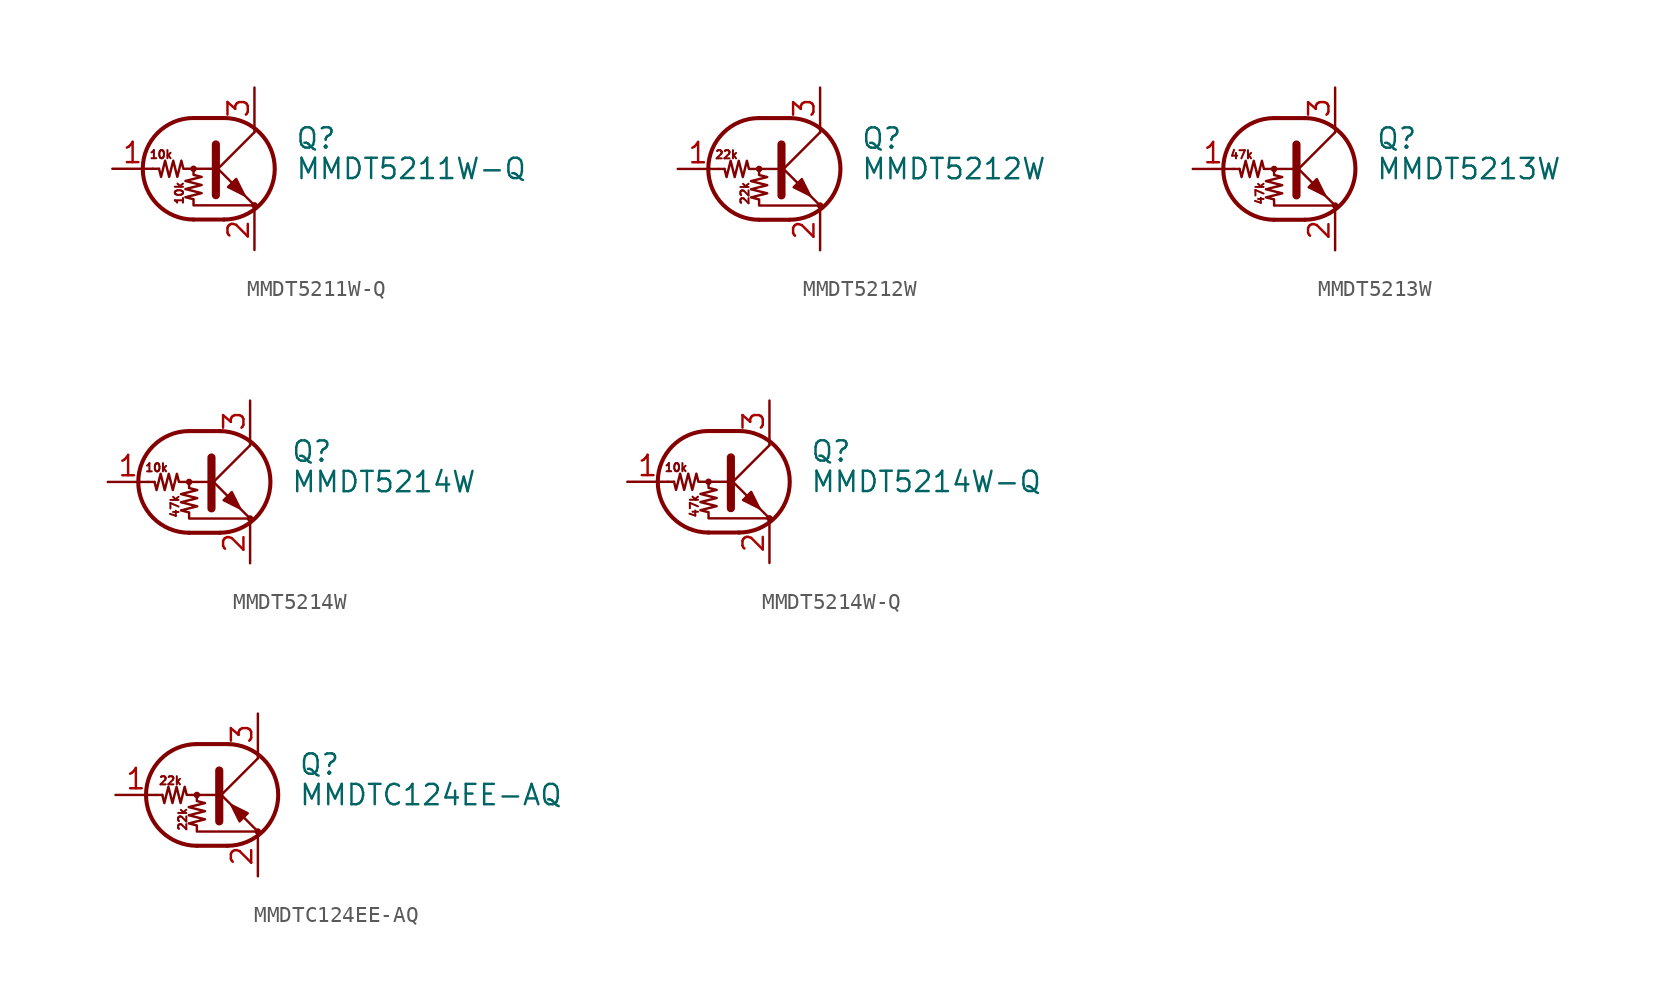
<source format=kicad_sym>
(kicad_symbol_lib
  (version 20241209)
  (generator "kicad_symbol_editor")
  (generator_version "9.0")
  (symbol "MMDT5211W-Q"
    (pin_names
      (offset 0)
      (hide yes))
    (property "Reference" "Q"
      (at 5.08 1.905 0)
      (effects (font (size 1.27 1.27)) (justify left)))
    (property "Value" "MMDT5211W-Q"
      (at 5.08 0 0)
      (effects (font (size 1.27 1.27)) (justify left)))
    (symbol "MMDT5211W-Q_0_0"
      (text "10k" (at -3.302 0.889 0) (effects (font (size 0.508 0.508))))
      (text "10k" (at -2.159 -1.524 900) (effects (font (size 0.508 0.508)))))
    (symbol "MMDT5211W-Q_0_1"
      (polyline (pts (xy -3.429 0) (xy -3.81 0)) (stroke (width 0) (type default)) (fill (type none)))
      (polyline (pts (xy -1.27 3.175) (xy 0.635 3.175)) (stroke (width 0.254) (type default)) (fill (type none)))
      (circle (center -1.27 0) (radius 0.127) (stroke (width 0) (type default)) (fill (type none)))
      (polyline (pts (xy -1.27 0) (xy -1.27 -0.381) (xy -0.762 -0.508) (xy -1.778 -0.762) (xy -0.762 -1.016) (xy -1.778 -1.27) (xy -0.762 -1.524) (xy -1.778 -1.778) (xy -1.27 -1.905) (xy -1.27 -2.286) (xy 2.54 -2.286)) (stroke (width 0) (type default)) (fill (type none)))
      (polyline (pts (xy -1.27 -3.175) (xy 0.635 -3.175)) (stroke (width 0.254) (type default)) (fill (type none)))
      (arc (start -1.27 -3.175) (mid -4.4312 0) (end -1.27 3.175) (stroke (width 0.254) (type default)) (fill (type none)))
      (polyline (pts (xy 0 0) (xy -1.905 0) (xy -2.032 0.508) (xy -2.286 -0.508) (xy -2.54 0.508) (xy -2.794 -0.508) (xy -3.048 0.508) (xy -3.302 -0.508) (xy -3.429 0)) (stroke (width 0) (type default)) (fill (type none)))
      (polyline (pts (xy 0 -0.254) (xy 2.54 2.286)) (stroke (width 0) (type default)) (fill (type none)))
      (polyline (pts (xy 0.127 1.524) (xy 0.127 -1.651)) (stroke (width 0.508) (type default)) (fill (type outline)))
      (arc (start 0.635 3.175) (mid 3.7962 0) (end 0.635 -3.175) (stroke (width 0.254) (type default)) (fill (type none)))
      (polyline (pts (xy 0.889 -1.143) (xy 1.397 -0.635) (xy 1.905 -1.651) (xy 0.889 -1.143)) (stroke (width 0) (type default)) (fill (type outline)))
      (polyline (pts (xy 2.54 2.286) (xy 2.54 2.54)) (stroke (width 0) (type default)) (fill (type none)))
      (polyline (pts (xy 2.54 -2.286) (xy 0 0.254) (xy 0 0.254)) (stroke (width 0) (type default)) (fill (type none)))
      (circle (center 2.54 -2.286) (radius 0.127) (stroke (width 0) (type default)) (fill (type none))))
    (symbol "MMDT5211W-Q_1_1"
      (pin input line (at -6.35 0 0) (length 2.54) (name "B" (effects (font (size 1.27 1.27)))) (number "1" (effects (font (size 1.27 1.27)))))
      (pin passive line (at 2.54 5.08 270) (length 2.54) (name "C" (effects (font (size 1.27 1.27)))) (number "3" (effects (font (size 1.27 1.27)))))
      (pin passive line (at 2.54 -5.08 90) (length 2.54) (name "E" (effects (font (size 1.27 1.27)))) (number "2" (effects (font (size 1.27 1.27)))))))
  (symbol "MMDT5212W"
    (pin_names
      (offset 0)
      (hide yes))
    (property "Reference" "Q"
      (at 5.08 1.905 0)
      (effects (font (size 1.27 1.27)) (justify left)))
    (property "Value" "MMDT5212W"
      (at 5.08 0 0)
      (effects (font (size 1.27 1.27)) (justify left)))
    (symbol "MMDT5212W_0_0"
      (text "22k" (at -3.302 0.889 0) (effects (font (size 0.508 0.508))))
      (text "22k" (at -2.159 -1.524 900) (effects (font (size 0.508 0.508)))))
    (symbol "MMDT5212W_0_1"
      (polyline (pts (xy -3.429 0) (xy -3.81 0)) (stroke (width 0) (type default)) (fill (type none)))
      (polyline (pts (xy -1.27 3.175) (xy 0.635 3.175)) (stroke (width 0.254) (type default)) (fill (type none)))
      (circle (center -1.27 0) (radius 0.127) (stroke (width 0) (type default)) (fill (type none)))
      (polyline (pts (xy -1.27 0) (xy -1.27 -0.381) (xy -0.762 -0.508) (xy -1.778 -0.762) (xy -0.762 -1.016) (xy -1.778 -1.27) (xy -0.762 -1.524) (xy -1.778 -1.778) (xy -1.27 -1.905) (xy -1.27 -2.286) (xy 2.54 -2.286)) (stroke (width 0) (type default)) (fill (type none)))
      (polyline (pts (xy -1.27 -3.175) (xy 0.635 -3.175)) (stroke (width 0.254) (type default)) (fill (type none)))
      (arc (start -1.27 -3.175) (mid -4.4312 0) (end -1.27 3.175) (stroke (width 0.254) (type default)) (fill (type none)))
      (polyline (pts (xy 0 0) (xy -1.905 0) (xy -2.032 0.508) (xy -2.286 -0.508) (xy -2.54 0.508) (xy -2.794 -0.508) (xy -3.048 0.508) (xy -3.302 -0.508) (xy -3.429 0)) (stroke (width 0) (type default)) (fill (type none)))
      (polyline (pts (xy 0 -0.254) (xy 2.54 2.286)) (stroke (width 0) (type default)) (fill (type none)))
      (polyline (pts (xy 0.127 1.524) (xy 0.127 -1.651)) (stroke (width 0.508) (type default)) (fill (type outline)))
      (arc (start 0.635 3.175) (mid 3.7962 0) (end 0.635 -3.175) (stroke (width 0.254) (type default)) (fill (type none)))
      (polyline (pts (xy 0.889 -1.143) (xy 1.397 -0.635) (xy 1.905 -1.651) (xy 0.889 -1.143)) (stroke (width 0) (type default)) (fill (type outline)))
      (polyline (pts (xy 2.54 2.286) (xy 2.54 2.54)) (stroke (width 0) (type default)) (fill (type none)))
      (polyline (pts (xy 2.54 -2.286) (xy 0 0.254) (xy 0 0.254)) (stroke (width 0) (type default)) (fill (type none)))
      (circle (center 2.54 -2.286) (radius 0.127) (stroke (width 0) (type default)) (fill (type none))))
    (symbol "MMDT5212W_1_1"
      (pin input line (at -6.35 0 0) (length 2.54) (name "B" (effects (font (size 1.27 1.27)))) (number "1" (effects (font (size 1.27 1.27)))))
      (pin passive line (at 2.54 5.08 270) (length 2.54) (name "C" (effects (font (size 1.27 1.27)))) (number "3" (effects (font (size 1.27 1.27)))))
      (pin passive line (at 2.54 -5.08 90) (length 2.54) (name "E" (effects (font (size 1.27 1.27)))) (number "2" (effects (font (size 1.27 1.27)))))))
  (symbol "MMDT5213W"
    (pin_names
      (offset 0)
      (hide yes))
    (property "Reference" "Q"
      (at 5.08 1.905 0)
      (effects (font (size 1.27 1.27)) (justify left)))
    (property "Value" "MMDT5213W"
      (at 5.08 0 0)
      (effects (font (size 1.27 1.27)) (justify left)))
    (symbol "MMDT5213W_0_0"
      (text "47k" (at -3.302 0.889 0) (effects (font (size 0.508 0.508))))
      (text "47k" (at -2.159 -1.524 900) (effects (font (size 0.508 0.508)))))
    (symbol "MMDT5213W_0_1"
      (polyline (pts (xy -3.429 0) (xy -3.81 0)) (stroke (width 0) (type default)) (fill (type none)))
      (polyline (pts (xy -1.27 3.175) (xy 0.635 3.175)) (stroke (width 0.254) (type default)) (fill (type none)))
      (circle (center -1.27 0) (radius 0.127) (stroke (width 0) (type default)) (fill (type none)))
      (polyline (pts (xy -1.27 0) (xy -1.27 -0.381) (xy -0.762 -0.508) (xy -1.778 -0.762) (xy -0.762 -1.016) (xy -1.778 -1.27) (xy -0.762 -1.524) (xy -1.778 -1.778) (xy -1.27 -1.905) (xy -1.27 -2.286) (xy 2.54 -2.286)) (stroke (width 0) (type default)) (fill (type none)))
      (polyline (pts (xy -1.27 -3.175) (xy 0.635 -3.175)) (stroke (width 0.254) (type default)) (fill (type none)))
      (arc (start -1.27 -3.175) (mid -4.4312 0) (end -1.27 3.175) (stroke (width 0.254) (type default)) (fill (type none)))
      (polyline (pts (xy 0 0) (xy -1.905 0) (xy -2.032 0.508) (xy -2.286 -0.508) (xy -2.54 0.508) (xy -2.794 -0.508) (xy -3.048 0.508) (xy -3.302 -0.508) (xy -3.429 0)) (stroke (width 0) (type default)) (fill (type none)))
      (polyline (pts (xy 0 -0.254) (xy 2.54 2.286)) (stroke (width 0) (type default)) (fill (type none)))
      (polyline (pts (xy 0.127 1.524) (xy 0.127 -1.651)) (stroke (width 0.508) (type default)) (fill (type outline)))
      (arc (start 0.635 3.175) (mid 3.7962 0) (end 0.635 -3.175) (stroke (width 0.254) (type default)) (fill (type none)))
      (polyline (pts (xy 0.889 -1.143) (xy 1.397 -0.635) (xy 1.905 -1.651) (xy 0.889 -1.143)) (stroke (width 0) (type default)) (fill (type outline)))
      (polyline (pts (xy 2.54 2.286) (xy 2.54 2.54)) (stroke (width 0) (type default)) (fill (type none)))
      (polyline (pts (xy 2.54 -2.286) (xy 0 0.254) (xy 0 0.254)) (stroke (width 0) (type default)) (fill (type none)))
      (circle (center 2.54 -2.286) (radius 0.127) (stroke (width 0) (type default)) (fill (type none))))
    (symbol "MMDT5213W_1_1"
      (pin input line (at -6.35 0 0) (length 2.54) (name "B" (effects (font (size 1.27 1.27)))) (number "1" (effects (font (size 1.27 1.27)))))
      (pin passive line (at 2.54 5.08 270) (length 2.54) (name "C" (effects (font (size 1.27 1.27)))) (number "3" (effects (font (size 1.27 1.27)))))
      (pin passive line (at 2.54 -5.08 90) (length 2.54) (name "E" (effects (font (size 1.27 1.27)))) (number "2" (effects (font (size 1.27 1.27)))))))
  (symbol "MMDT5214W"
    (pin_names
      (offset 0)
      (hide yes))
    (property "Reference" "Q"
      (at 5.08 1.905 0)
      (effects (font (size 1.27 1.27)) (justify left)))
    (property "Value" "MMDT5214W"
      (at 5.08 0 0)
      (effects (font (size 1.27 1.27)) (justify left)))
    (symbol "MMDT5214W_0_0"
      (text "10k" (at -3.302 0.889 0) (effects (font (size 0.508 0.508))))
      (text "47k" (at -2.159 -1.524 900) (effects (font (size 0.508 0.508)))))
    (symbol "MMDT5214W_0_1"
      (polyline (pts (xy -3.429 0) (xy -3.81 0)) (stroke (width 0) (type default)) (fill (type none)))
      (polyline (pts (xy -1.27 3.175) (xy 0.635 3.175)) (stroke (width 0.254) (type default)) (fill (type none)))
      (circle (center -1.27 0) (radius 0.127) (stroke (width 0) (type default)) (fill (type none)))
      (polyline (pts (xy -1.27 0) (xy -1.27 -0.381) (xy -0.762 -0.508) (xy -1.778 -0.762) (xy -0.762 -1.016) (xy -1.778 -1.27) (xy -0.762 -1.524) (xy -1.778 -1.778) (xy -1.27 -1.905) (xy -1.27 -2.286) (xy 2.54 -2.286)) (stroke (width 0) (type default)) (fill (type none)))
      (polyline (pts (xy -1.27 -3.175) (xy 0.635 -3.175)) (stroke (width 0.254) (type default)) (fill (type none)))
      (arc (start -1.27 -3.175) (mid -4.4312 0) (end -1.27 3.175) (stroke (width 0.254) (type default)) (fill (type none)))
      (polyline (pts (xy 0 0) (xy -1.905 0) (xy -2.032 0.508) (xy -2.286 -0.508) (xy -2.54 0.508) (xy -2.794 -0.508) (xy -3.048 0.508) (xy -3.302 -0.508) (xy -3.429 0)) (stroke (width 0) (type default)) (fill (type none)))
      (polyline (pts (xy 0 -0.254) (xy 2.54 2.286)) (stroke (width 0) (type default)) (fill (type none)))
      (polyline (pts (xy 0.127 1.524) (xy 0.127 -1.651)) (stroke (width 0.508) (type default)) (fill (type outline)))
      (arc (start 0.635 3.175) (mid 3.7962 0) (end 0.635 -3.175) (stroke (width 0.254) (type default)) (fill (type none)))
      (polyline (pts (xy 0.889 -1.143) (xy 1.397 -0.635) (xy 1.905 -1.651) (xy 0.889 -1.143)) (stroke (width 0) (type default)) (fill (type outline)))
      (polyline (pts (xy 2.54 2.286) (xy 2.54 2.54)) (stroke (width 0) (type default)) (fill (type none)))
      (polyline (pts (xy 2.54 -2.286) (xy 0 0.254) (xy 0 0.254)) (stroke (width 0) (type default)) (fill (type none)))
      (circle (center 2.54 -2.286) (radius 0.127) (stroke (width 0) (type default)) (fill (type none))))
    (symbol "MMDT5214W_1_1"
      (pin input line (at -6.35 0 0) (length 2.54) (name "B" (effects (font (size 1.27 1.27)))) (number "1" (effects (font (size 1.27 1.27)))))
      (pin passive line (at 2.54 5.08 270) (length 2.54) (name "C" (effects (font (size 1.27 1.27)))) (number "3" (effects (font (size 1.27 1.27)))))
      (pin passive line (at 2.54 -5.08 90) (length 2.54) (name "E" (effects (font (size 1.27 1.27)))) (number "2" (effects (font (size 1.27 1.27)))))))
  (symbol "MMDT5214W-Q"
    (pin_names
      (offset 0)
      (hide yes))
    (property "Reference" "Q"
      (at 5.08 1.905 0)
      (effects (font (size 1.27 1.27)) (justify left)))
    (property "Value" "MMDT5214W-Q"
      (at 5.08 0 0)
      (effects (font (size 1.27 1.27)) (justify left)))
    (symbol "MMDT5214W-Q_0_0"
      (text "10k" (at -3.302 0.889 0) (effects (font (size 0.508 0.508))))
      (text "47k" (at -2.159 -1.524 900) (effects (font (size 0.508 0.508)))))
    (symbol "MMDT5214W-Q_0_1"
      (polyline (pts (xy -3.429 0) (xy -3.81 0)) (stroke (width 0) (type default)) (fill (type none)))
      (polyline (pts (xy -1.27 3.175) (xy 0.635 3.175)) (stroke (width 0.254) (type default)) (fill (type none)))
      (circle (center -1.27 0) (radius 0.127) (stroke (width 0) (type default)) (fill (type none)))
      (polyline (pts (xy -1.27 0) (xy -1.27 -0.381) (xy -0.762 -0.508) (xy -1.778 -0.762) (xy -0.762 -1.016) (xy -1.778 -1.27) (xy -0.762 -1.524) (xy -1.778 -1.778) (xy -1.27 -1.905) (xy -1.27 -2.286) (xy 2.54 -2.286)) (stroke (width 0) (type default)) (fill (type none)))
      (polyline (pts (xy -1.27 -3.175) (xy 0.635 -3.175)) (stroke (width 0.254) (type default)) (fill (type none)))
      (arc (start -1.27 -3.175) (mid -4.4312 0) (end -1.27 3.175) (stroke (width 0.254) (type default)) (fill (type none)))
      (polyline (pts (xy 0 0) (xy -1.905 0) (xy -2.032 0.508) (xy -2.286 -0.508) (xy -2.54 0.508) (xy -2.794 -0.508) (xy -3.048 0.508) (xy -3.302 -0.508) (xy -3.429 0)) (stroke (width 0) (type default)) (fill (type none)))
      (polyline (pts (xy 0 -0.254) (xy 2.54 2.286)) (stroke (width 0) (type default)) (fill (type none)))
      (polyline (pts (xy 0.127 1.524) (xy 0.127 -1.651)) (stroke (width 0.508) (type default)) (fill (type outline)))
      (arc (start 0.635 3.175) (mid 3.7962 0) (end 0.635 -3.175) (stroke (width 0.254) (type default)) (fill (type none)))
      (polyline (pts (xy 0.889 -1.143) (xy 1.397 -0.635) (xy 1.905 -1.651) (xy 0.889 -1.143)) (stroke (width 0) (type default)) (fill (type outline)))
      (polyline (pts (xy 2.54 2.286) (xy 2.54 2.54)) (stroke (width 0) (type default)) (fill (type none)))
      (polyline (pts (xy 2.54 -2.286) (xy 0 0.254) (xy 0 0.254)) (stroke (width 0) (type default)) (fill (type none)))
      (circle (center 2.54 -2.286) (radius 0.127) (stroke (width 0) (type default)) (fill (type none))))
    (symbol "MMDT5214W-Q_1_1"
      (pin input line (at -6.35 0 0) (length 2.54) (name "B" (effects (font (size 1.27 1.27)))) (number "1" (effects (font (size 1.27 1.27)))))
      (pin passive line (at 2.54 5.08 270) (length 2.54) (name "C" (effects (font (size 1.27 1.27)))) (number "3" (effects (font (size 1.27 1.27)))))
      (pin passive line (at 2.54 -5.08 90) (length 2.54) (name "E" (effects (font (size 1.27 1.27)))) (number "2" (effects (font (size 1.27 1.27)))))))
  (symbol "MMDTC124EE-AQ"
    (pin_names
      (offset 0)
      (hide yes))
    (property "Reference" "Q"
      (at 5.08 1.905 0)
      (effects (font (size 1.27 1.27)) (justify left)))
    (property "Value" "MMDTC124EE-AQ"
      (at 5.08 0 0)
      (effects (font (size 1.27 1.27)) (justify left)))
    (symbol "MMDTC124EE-AQ_0_0"
      (text "22k" (at -2.921 0.889 0) (effects (font (size 0.508 0.508))))
      (text "22k" (at -2.159 -1.524 900) (effects (font (size 0.508 0.508)))))
    (symbol "MMDTC124EE-AQ_0_1"
      (polyline (pts (xy -3.429 0) (xy -3.81 0)) (stroke (width 0) (type default)) (fill (type none)))
      (polyline (pts (xy -1.27 3.175) (xy 0.635 3.175)) (stroke (width 0.254) (type default)) (fill (type none)))
      (circle (center -1.27 0) (radius 0.127) (stroke (width 0) (type default)) (fill (type none)))
      (polyline (pts (xy -1.27 0) (xy -1.27 -0.381) (xy -0.762 -0.508) (xy -1.778 -0.762) (xy -0.762 -1.016) (xy -1.778 -1.27) (xy -0.762 -1.524) (xy -1.778 -1.778) (xy -1.27 -1.905) (xy -1.27 -2.286) (xy 2.54 -2.286)) (stroke (width 0) (type default)) (fill (type none)))
      (polyline (pts (xy -1.27 -3.175) (xy 0.635 -3.175)) (stroke (width 0.254) (type default)) (fill (type none)))
      (arc (start -1.27 -3.175) (mid -4.4312 0) (end -1.27 3.175) (stroke (width 0.254) (type default)) (fill (type none)))
      (polyline (pts (xy 0 0) (xy -1.905 0) (xy -2.032 0.508) (xy -2.286 -0.508) (xy -2.54 0.508) (xy -2.794 -0.508) (xy -3.048 0.508) (xy -3.302 -0.508) (xy -3.429 0)) (stroke (width 0) (type default)) (fill (type none)))
      (polyline (pts (xy 0 -0.254) (xy 2.54 2.286)) (stroke (width 0) (type default)) (fill (type none)))
      (polyline (pts (xy 0.127 1.524) (xy 0.127 -1.651)) (stroke (width 0.508) (type default)) (fill (type outline)))
      (arc (start 0.635 3.175) (mid 3.7962 0) (end 0.635 -3.175) (stroke (width 0.254) (type default)) (fill (type none)))
      (polyline (pts (xy 1.397 -1.651) (xy 1.905 -1.143) (xy 0.889 -0.635) (xy 1.397 -1.651)) (stroke (width 0) (type default)) (fill (type outline)))
      (polyline (pts (xy 2.54 2.286) (xy 2.54 2.54)) (stroke (width 0) (type default)) (fill (type none)))
      (polyline (pts (xy 2.54 -2.286) (xy 0 0.254) (xy 0 0.254)) (stroke (width 0) (type default)) (fill (type none)))
      (circle (center 2.54 -2.286) (radius 0.127) (stroke (width 0) (type default)) (fill (type none))))
    (symbol "MMDTC124EE-AQ_1_1"
      (pin input line (at -6.35 0 0) (length 2.54) (name "B" (effects (font (size 1.27 1.27)))) (number "1" (effects (font (size 1.27 1.27)))))
      (pin passive line (at 2.54 5.08 270) (length 2.54) (name "C" (effects (font (size 1.27 1.27)))) (number "3" (effects (font (size 1.27 1.27)))))
      (pin passive line (at 2.54 -5.08 90) (length 2.54) (name "E" (effects (font (size 1.27 1.27)))) (number "2" (effects (font (size 1.27 1.27))))))))
</source>
